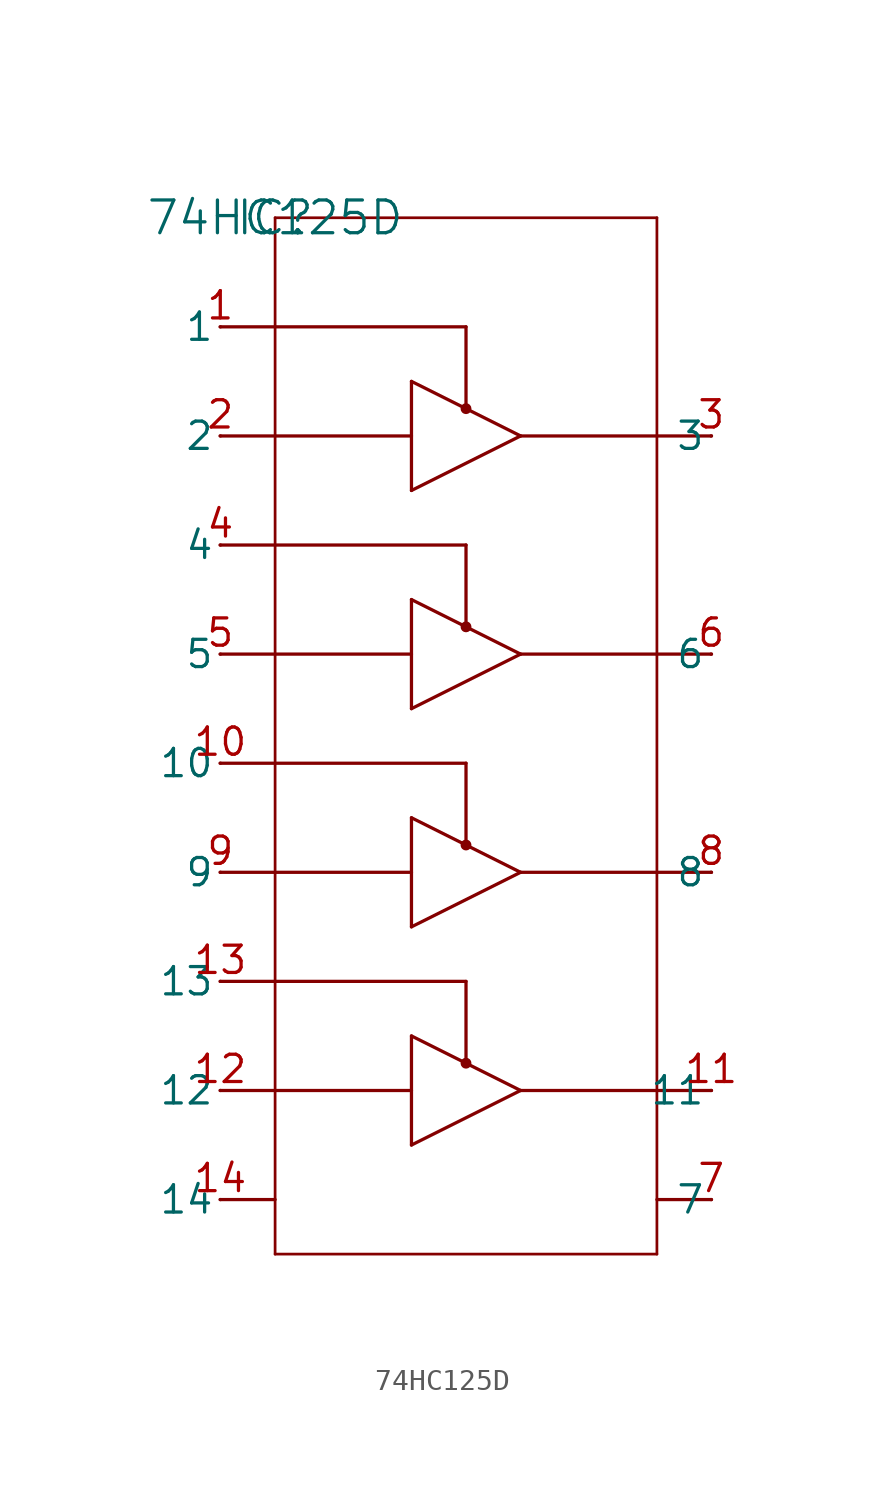
<source format=kicad_sym>
(kicad_symbol_lib
  (version 20231120)
  (generator "kicad_symbol_editor")
  (generator_version "8.0")
  (symbol "74HC125D"
    (pin_names
      (offset 0.254))
    (property "Reference" "IC"
      (at 0 0 0)
      (effects (font (size 1.524 1.524))))
    (property "Value" "74HC125D"
      (at 0 0 0)
      (effects (font (size 1.524 1.524))))
    (property "ki_locked" ""
      (at 0 0 0)
      (effects (font (size 1.27 1.27))))
    (symbol "74HC125D_0_1"
      (polyline (pts (xy -2.54 -45.72) (xy 0 -45.72)) (stroke (width 0) (type default)) (fill (type none)))
      (polyline (pts (xy -2.54 -40.64) (xy 0 -40.64)) (stroke (width 0) (type default)) (fill (type none)))
      (polyline (pts (xy -2.54 -35.56) (xy 0 -35.56)) (stroke (width 0) (type default)) (fill (type none)))
      (polyline (pts (xy -2.54 -30.48) (xy 0 -30.48)) (stroke (width 0) (type default)) (fill (type none)))
      (polyline (pts (xy -2.54 -25.4) (xy 0 -25.4)) (stroke (width 0) (type default)) (fill (type none)))
      (polyline (pts (xy -2.54 -20.32) (xy 0 -20.32)) (stroke (width 0) (type default)) (fill (type none)))
      (polyline (pts (xy -2.54 -15.24) (xy 0 -15.24)) (stroke (width 0) (type default)) (fill (type none)))
      (polyline (pts (xy -2.54 -10.16) (xy 0 -10.16)) (stroke (width 0) (type default)) (fill (type none)))
      (polyline (pts (xy -2.54 -5.08) (xy 0 -5.08)) (stroke (width 0) (type default)) (fill (type none)))
      (polyline (pts (xy 0 -48.26) (xy 0 0)) (stroke (width 0.127) (type default)) (fill (type none)))
      (polyline (pts (xy 0 -40.64) (xy 6.35 -40.64)) (stroke (width 0) (type default)) (fill (type none)))
      (polyline (pts (xy 0 -35.56) (xy 8.89 -35.56)) (stroke (width 0) (type default)) (fill (type none)))
      (polyline (pts (xy 0 -30.48) (xy 6.35 -30.48)) (stroke (width 0) (type default)) (fill (type none)))
      (polyline (pts (xy 0 -25.4) (xy 8.89 -25.4)) (stroke (width 0) (type default)) (fill (type none)))
      (polyline (pts (xy 0 -20.32) (xy 6.35 -20.32)) (stroke (width 0) (type default)) (fill (type none)))
      (polyline (pts (xy 0 -15.24) (xy 8.89 -15.24)) (stroke (width 0) (type default)) (fill (type none)))
      (polyline (pts (xy 0 -10.16) (xy 6.35 -10.16)) (stroke (width 0) (type default)) (fill (type none)))
      (polyline (pts (xy 0 -5.08) (xy 8.89 -5.08)) (stroke (width 0) (type default)) (fill (type none)))
      (polyline (pts (xy 0 0) (xy 17.78 0)) (stroke (width 0.127) (type default)) (fill (type none)))
      (polyline (pts (xy 6.35 -43.18) (xy 11.43 -40.64)) (stroke (width 0) (type default)) (fill (type none)))
      (polyline (pts (xy 6.35 -38.1) (xy 6.35 -43.18)) (stroke (width 0) (type default)) (fill (type none)))
      (polyline (pts (xy 6.35 -38.1) (xy 11.43 -40.64)) (stroke (width 0) (type default)) (fill (type none)))
      (polyline (pts (xy 6.35 -33.02) (xy 11.43 -30.48)) (stroke (width 0) (type default)) (fill (type none)))
      (polyline (pts (xy 6.35 -27.94) (xy 6.35 -33.02)) (stroke (width 0) (type default)) (fill (type none)))
      (polyline (pts (xy 6.35 -27.94) (xy 11.43 -30.48)) (stroke (width 0) (type default)) (fill (type none)))
      (polyline (pts (xy 6.35 -22.86) (xy 11.43 -20.32)) (stroke (width 0) (type default)) (fill (type none)))
      (polyline (pts (xy 6.35 -17.78) (xy 6.35 -22.86)) (stroke (width 0) (type default)) (fill (type none)))
      (polyline (pts (xy 6.35 -17.78) (xy 11.43 -20.32)) (stroke (width 0) (type default)) (fill (type none)))
      (polyline (pts (xy 6.35 -12.7) (xy 11.43 -10.16)) (stroke (width 0) (type default)) (fill (type none)))
      (polyline (pts (xy 6.35 -7.62) (xy 6.35 -12.7)) (stroke (width 0) (type default)) (fill (type none)))
      (polyline (pts (xy 6.35 -7.62) (xy 11.43 -10.16)) (stroke (width 0) (type default)) (fill (type none)))
      (polyline (pts (xy 8.89 -35.56) (xy 8.89 -39.37)) (stroke (width 0) (type default)) (fill (type none)))
      (polyline (pts (xy 8.89 -25.4) (xy 8.89 -29.21)) (stroke (width 0) (type default)) (fill (type none)))
      (polyline (pts (xy 8.89 -15.24) (xy 8.89 -19.05)) (stroke (width 0) (type default)) (fill (type none)))
      (polyline (pts (xy 8.89 -5.08) (xy 8.89 -8.89)) (stroke (width 0) (type default)) (fill (type none)))
      (polyline (pts (xy 11.43 -40.64) (xy 17.78 -40.64)) (stroke (width 0) (type default)) (fill (type none)))
      (polyline (pts (xy 11.43 -30.48) (xy 17.78 -30.48)) (stroke (width 0) (type default)) (fill (type none)))
      (polyline (pts (xy 11.43 -20.32) (xy 17.78 -20.32)) (stroke (width 0) (type default)) (fill (type none)))
      (polyline (pts (xy 11.43 -10.16) (xy 17.78 -10.16)) (stroke (width 0) (type default)) (fill (type none)))
      (polyline (pts (xy 17.78 -48.26) (xy 0 -48.26)) (stroke (width 0.127) (type default)) (fill (type none)))
      (polyline (pts (xy 17.78 0) (xy 17.78 -48.26)) (stroke (width 0.127) (type default)) (fill (type none)))
      (polyline (pts (xy 20.32 -45.72) (xy 17.78 -45.72)) (stroke (width 0) (type default)) (fill (type none)))
      (polyline (pts (xy 20.32 -40.64) (xy 17.78 -40.64)) (stroke (width 0) (type default)) (fill (type none)))
      (polyline (pts (xy 20.32 -30.48) (xy 17.78 -30.48)) (stroke (width 0) (type default)) (fill (type none)))
      (polyline (pts (xy 20.32 -20.32) (xy 17.78 -20.32)) (stroke (width 0) (type default)) (fill (type none)))
      (polyline (pts (xy 20.32 -10.16) (xy 17.78 -10.16)) (stroke (width 0) (type default)) (fill (type none)))
      (circle (center 8.89 -39.37) (radius 0.127) (stroke (width 0.254) (type default)) (fill (type none)))
      (circle (center 8.89 -29.21) (radius 0.127) (stroke (width 0.254) (type default)) (fill (type none)))
      (circle (center 8.89 -19.05) (radius 0.127) (stroke (width 0.254) (type default)) (fill (type none)))
      (circle (center 8.89 -8.89) (radius 0.127) (stroke (width 0.254) (type default)) (fill (type none)))
      (pin unspecified line (at -2.54 -5.08 180) (length 0.025) (name "1" (effects (font (size 1.27 1.27)))) (number "1" (effects (font (size 1.27 1.27)))))
      (pin unspecified line (at -2.54 -25.4 180) (length 0.025) (name "10" (effects (font (size 1.27 1.27)))) (number "10" (effects (font (size 1.27 1.27)))))
      (pin unspecified line (at 20.32 -40.64 180) (length 0.025) (name "11" (effects (font (size 1.27 1.27)))) (number "11" (effects (font (size 1.27 1.27)))))
      (pin unspecified line (at -2.54 -40.64 180) (length 0.025) (name "12" (effects (font (size 1.27 1.27)))) (number "12" (effects (font (size 1.27 1.27)))))
      (pin unspecified line (at -2.54 -35.56 180) (length 0.025) (name "13" (effects (font (size 1.27 1.27)))) (number "13" (effects (font (size 1.27 1.27)))))
      (pin unspecified line (at -2.54 -45.72 180) (length 0.025) (name "14" (effects (font (size 1.27 1.27)))) (number "14" (effects (font (size 1.27 1.27)))))
      (pin unspecified line (at -2.54 -10.16 180) (length 0.025) (name "2" (effects (font (size 1.27 1.27)))) (number "2" (effects (font (size 1.27 1.27)))))
      (pin unspecified line (at 20.32 -10.16 180) (length 0.025) (name "3" (effects (font (size 1.27 1.27)))) (number "3" (effects (font (size 1.27 1.27)))))
      (pin unspecified line (at -2.54 -15.24 180) (length 0.025) (name "4" (effects (font (size 1.27 1.27)))) (number "4" (effects (font (size 1.27 1.27)))))
      (pin unspecified line (at -2.54 -20.32 180) (length 0.025) (name "5" (effects (font (size 1.27 1.27)))) (number "5" (effects (font (size 1.27 1.27)))))
      (pin unspecified line (at 20.32 -20.32 180) (length 0.025) (name "6" (effects (font (size 1.27 1.27)))) (number "6" (effects (font (size 1.27 1.27)))))
      (pin unspecified line (at 20.32 -45.72 180) (length 0.025) (name "7" (effects (font (size 1.27 1.27)))) (number "7" (effects (font (size 1.27 1.27)))))
      (pin unspecified line (at 20.32 -30.48 180) (length 0.025) (name "8" (effects (font (size 1.27 1.27)))) (number "8" (effects (font (size 1.27 1.27)))))
      (pin unspecified line (at -2.54 -30.48 180) (length 0.025) (name "9" (effects (font (size 1.27 1.27)))) (number "9" (effects (font (size 1.27 1.27))))))))
</source>
